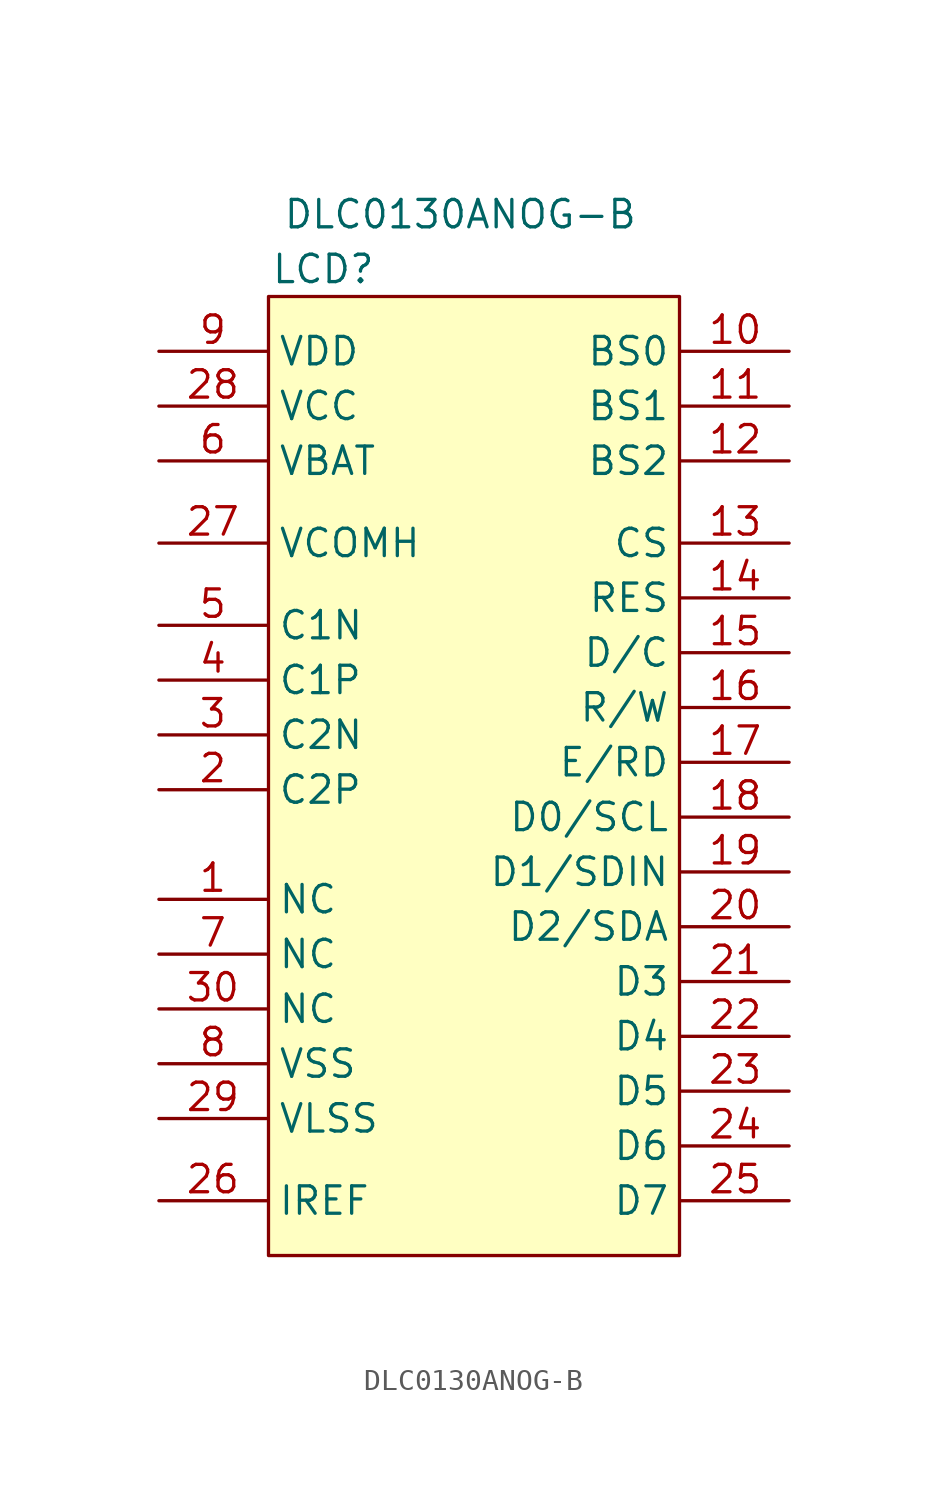
<source format=kicad_sym>
(kicad_symbol_lib
  (version 20211014)
  (generator kicad_symbol_editor)
  (symbol "DLC0130ANOG-B"
    (property "Reference" "LCD"
      (at -6.35 16.51 0)
      (effects (font (size 1.27 1.27))))
    (property "Value" "DLC0130ANOG-B"
      (at 0 19.05 0)
      (effects (font (size 1.27 1.27))))
    (symbol "DLC0130ANOG-B_0_1"
      (rectangle (start -8.89 15.24) (end 10.16 -29.21) (stroke (width 0) (type default) (color 0 0 0 0)) (fill (type background))))
    (symbol "DLC0130ANOG-B_1_1"
      (pin free line (at -13.97 -12.7 0) (length 5) (name "NC" (effects (font (size 1.27 1.27)))) (number "1" (effects (font (size 1.27 1.27)))))
      (pin input line (at 15.24 12.7 180) (length 5) (name "BS0" (effects (font (size 1.27 1.27)))) (number "10" (effects (font (size 1.27 1.27)))))
      (pin input line (at 15.24 10.16 180) (length 5) (name "BS1" (effects (font (size 1.27 1.27)))) (number "11" (effects (font (size 1.27 1.27)))))
      (pin input line (at 15.24 7.62 180) (length 5) (name "BS2" (effects (font (size 1.27 1.27)))) (number "12" (effects (font (size 1.27 1.27)))))
      (pin input line (at 15.24 3.81 180) (length 5) (name "CS" (effects (font (size 1.27 1.27)))) (number "13" (effects (font (size 1.27 1.27)))))
      (pin input line (at 15.24 1.27 180) (length 5) (name "RES" (effects (font (size 1.27 1.27)))) (number "14" (effects (font (size 1.27 1.27)))))
      (pin input line (at 15.24 -1.27 180) (length 5) (name "D/C" (effects (font (size 1.27 1.27)))) (number "15" (effects (font (size 1.27 1.27)))))
      (pin input line (at 15.24 -3.81 180) (length 5) (name "R/W" (effects (font (size 1.27 1.27)))) (number "16" (effects (font (size 1.27 1.27)))))
      (pin input line (at 15.24 -6.35 180) (length 5) (name "E/RD" (effects (font (size 1.27 1.27)))) (number "17" (effects (font (size 1.27 1.27)))))
      (pin input line (at 15.24 -8.89 180) (length 5) (name "D0/SCL" (effects (font (size 1.27 1.27)))) (number "18" (effects (font (size 1.27 1.27)))))
      (pin input line (at 15.24 -11.43 180) (length 5) (name "D1/SDIN" (effects (font (size 1.27 1.27)))) (number "19" (effects (font (size 1.27 1.27)))))
      (pin input line (at -13.97 -7.62 0) (length 5) (name "C2P" (effects (font (size 1.27 1.27)))) (number "2" (effects (font (size 1.27 1.27)))))
      (pin output line (at 15.24 -13.97 180) (length 5) (name "D2/SDA" (effects (font (size 1.27 1.27)))) (number "20" (effects (font (size 1.27 1.27)))))
      (pin input line (at 15.24 -16.51 180) (length 5) (name "D3" (effects (font (size 1.27 1.27)))) (number "21" (effects (font (size 1.27 1.27)))))
      (pin input line (at 15.24 -19.05 180) (length 5) (name "D4" (effects (font (size 1.27 1.27)))) (number "22" (effects (font (size 1.27 1.27)))))
      (pin input line (at 15.24 -21.59 180) (length 5) (name "D5" (effects (font (size 1.27 1.27)))) (number "23" (effects (font (size 1.27 1.27)))))
      (pin input line (at 15.24 -24.13 180) (length 5) (name "D6" (effects (font (size 1.27 1.27)))) (number "24" (effects (font (size 1.27 1.27)))))
      (pin input line (at 15.24 -26.67 180) (length 5) (name "D7" (effects (font (size 1.27 1.27)))) (number "25" (effects (font (size 1.27 1.27)))))
      (pin power_in line (at -13.97 -26.67 0) (length 5) (name "IREF" (effects (font (size 1.27 1.27)))) (number "26" (effects (font (size 1.27 1.27)))))
      (pin power_out line (at -13.97 3.81 0) (length 5) (name "VCOMH" (effects (font (size 1.27 1.27)))) (number "27" (effects (font (size 1.27 1.27)))))
      (pin power_in line (at -13.97 10.16 0) (length 5) (name "VCC" (effects (font (size 1.27 1.27)))) (number "28" (effects (font (size 1.27 1.27)))))
      (pin power_in line (at -13.97 -22.86 0) (length 5) (name "VLSS" (effects (font (size 1.27 1.27)))) (number "29" (effects (font (size 1.27 1.27)))))
      (pin input line (at -13.97 -5.08 0) (length 5) (name "C2N" (effects (font (size 1.27 1.27)))) (number "3" (effects (font (size 1.27 1.27)))))
      (pin free line (at -13.97 -17.78 0) (length 5) (name "NC" (effects (font (size 1.27 1.27)))) (number "30" (effects (font (size 1.27 1.27)))))
      (pin input line (at -13.97 -2.54 0) (length 5) (name "C1P" (effects (font (size 1.27 1.27)))) (number "4" (effects (font (size 1.27 1.27)))))
      (pin input line (at -13.97 0 0) (length 5) (name "C1N" (effects (font (size 1.27 1.27)))) (number "5" (effects (font (size 1.27 1.27)))))
      (pin power_in line (at -13.97 7.62 0) (length 5) (name "VBAT" (effects (font (size 1.27 1.27)))) (number "6" (effects (font (size 1.27 1.27)))))
      (pin free line (at -13.97 -15.24 0) (length 5) (name "NC" (effects (font (size 1.27 1.27)))) (number "7" (effects (font (size 1.27 1.27)))))
      (pin power_in line (at -13.97 -20.32 0) (length 5) (name "VSS" (effects (font (size 1.27 1.27)))) (number "8" (effects (font (size 1.27 1.27)))))
      (pin power_in line (at -13.97 12.7 0) (length 5) (name "VDD" (effects (font (size 1.27 1.27)))) (number "9" (effects (font (size 1.27 1.27))))))))
</source>
